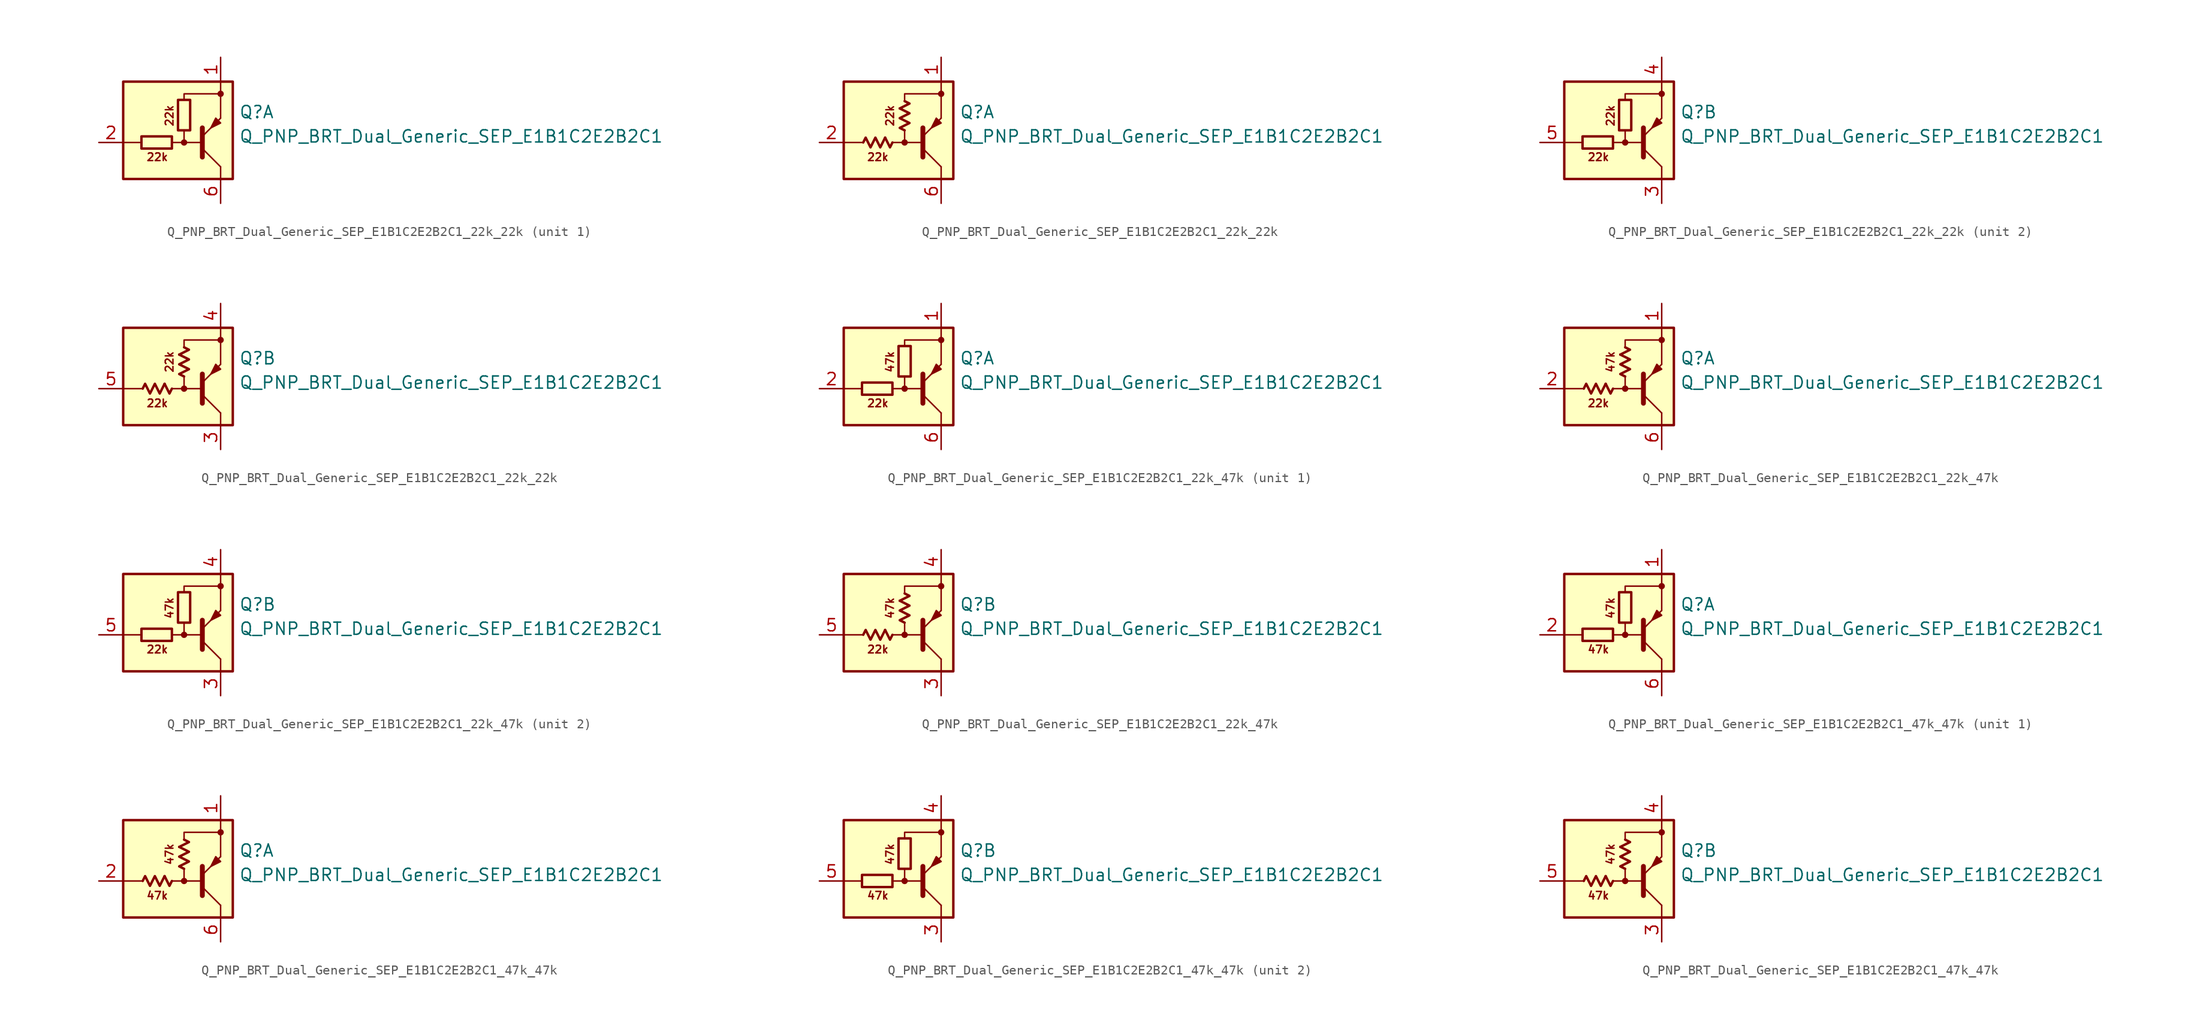
<source format=kicad_sym>
(kicad_symbol_lib
  (version 20220914)
  (generator kicad_symbol_editor)
  (symbol "Q_PNP_BRT_Dual_Generic_SEP_E1B1C2E2B2C1_22k_22k"
    (pin_names
      (offset 1.016) hide)
    (property "Reference" "Q"
      (at 5.715 1.905 0)
      (effects (font (size 1.27 1.27)) (justify left)))
    (property "Value" "Q_PNP_BRT_Dual_Generic_SEP_E1B1C2E2B2C1"
      (at 5.715 -0.635 0)
      (effects (font (size 1.27 1.27)) (justify left)))
    (property "ki_locked" ""
      (at 0 0 0)
      (effects (font (size 1.27 1.27))))
    (symbol "Q_PNP_BRT_Dual_Generic_SEP_E1B1C2E2B2C1_22k_22k_0_2"
      (polyline (pts (xy -2.032 -0.762) (xy -1.524 -1.778) (xy -1.27 -1.27)) (stroke (width 0.254) (type default)) (fill (type none)))
      (polyline (pts (xy -0.508 2.286) (xy 0.508 2.794) (xy 0 3.048)) (stroke (width 0.254) (type default)) (fill (type none)))
      (polyline (pts (xy -4.318 -1.27) (xy -4.064 -0.762) (xy -3.556 -1.778) (xy -3.048 -0.762) (xy -2.54 -1.778) (xy -2.032 -0.762)) (stroke (width 0.254) (type default)) (fill (type none)))
      (polyline (pts (xy 0 0) (xy -0.508 0.254) (xy 0.508 0.762) (xy -0.508 1.27) (xy 0.508 1.778) (xy -0.508 2.286)) (stroke (width 0.254) (type default)) (fill (type none))))
    (symbol "Q_PNP_BRT_Dual_Generic_SEP_E1B1C2E2B2C1_22k_22k_1_0"
      (rectangle (start -6.35 5.08) (end 5.08 -5.08) (stroke (width 0.254) (type default)) (fill (type background)))
      (circle (center 0 -1.27) (radius 0.254) (stroke (width 0) (type default)) (fill (type outline)))
      (polyline (pts (xy -4.445 -1.27) (xy -6.35 -1.27)) (stroke (width 0) (type default)) (fill (type none)))
      (polyline (pts (xy -0.254 -1.27) (xy 1.905 -1.27)) (stroke (width 0) (type default)) (fill (type none)))
      (polyline (pts (xy 1.905 -2.794) (xy 1.905 0.254)) (stroke (width 0.508) (type default)) (fill (type none)))
      (polyline (pts (xy 1.905 -1.905) (xy 3.81 -3.81)) (stroke (width 0) (type default)) (fill (type none)))
      (polyline (pts (xy 3.81 -3.81) (xy 3.81 -5.08)) (stroke (width 0) (type default)) (fill (type none)))
      (polyline (pts (xy 3.81 3.81) (xy 3.81 1.27)) (stroke (width 0) (type default)) (fill (type none)))
      (polyline (pts (xy 3.81 3.81) (xy 3.81 5.08)) (stroke (width 0) (type default)) (fill (type none)))
      (polyline (pts (xy -1.27 -1.27) (xy 0 -1.27) (xy 0 0)) (stroke (width 0) (type default)) (fill (type none)))
      (polyline (pts (xy 0 3.175) (xy 0 3.81) (xy 3.81 3.81)) (stroke (width 0) (type default)) (fill (type none)))
      (polyline (pts (xy 1.905 -0.635) (xy 3.81 1.27) (xy 3.81 1.27)) (stroke (width 0) (type default)) (fill (type none)))
      (polyline (pts (xy 3.81 0.762) (xy 3.302 1.27) (xy 2.794 0.254) (xy 3.81 0.762) (xy 3.81 0.762)) (stroke (width 0) (type default)) (fill (type outline)))
      (circle (center 3.81 3.81) (radius 0.254) (stroke (width 0) (type default)) (fill (type outline)))
      (text "22k" (at -2.794 -2.794 0) (effects (font (size 0.8 0.8))))
      (text "22k" (at -1.524 1.524 900) (effects (font (size 0.8 0.8)))))
    (symbol "Q_PNP_BRT_Dual_Generic_SEP_E1B1C2E2B2C1_22k_22k_1_1"
      (rectangle (start -1.27 -0.635) (end -4.445 -1.905) (stroke (width 0.254) (type default)) (fill (type none)))
      (rectangle (start 0.635 3.175) (end -0.635 0) (stroke (width 0.254) (type default)) (fill (type none)))
      (pin passive line (at 3.81 7.62 270) (length 2.54) (name "E1" (effects (font (size 1.27 1.27)))) (number "1" (effects (font (size 1.27 1.27)))))
      (pin input line (at -8.89 -1.27 0) (length 2.54) (name "B1" (effects (font (size 1.27 1.27)))) (number "2" (effects (font (size 1.27 1.27)))))
      (pin passive line (at 3.81 -7.62 90) (length 2.54) (name "C1" (effects (font (size 1.27 1.27)))) (number "6" (effects (font (size 1.27 1.27))))))
    (symbol "Q_PNP_BRT_Dual_Generic_SEP_E1B1C2E2B2C1_22k_22k_1_2"
      (pin passive line (at 3.81 7.62 270) (length 2.54) (name "E1" (effects (font (size 1.27 1.27)))) (number "1" (effects (font (size 1.27 1.27)))))
      (pin input line (at -8.89 -1.27 0) (length 2.54) (name "B1" (effects (font (size 1.27 1.27)))) (number "2" (effects (font (size 1.27 1.27)))))
      (pin passive line (at 3.81 -7.62 90) (length 2.54) (name "C1" (effects (font (size 1.27 1.27)))) (number "6" (effects (font (size 1.27 1.27))))))
    (symbol "Q_PNP_BRT_Dual_Generic_SEP_E1B1C2E2B2C1_22k_22k_2_0"
      (rectangle (start -6.35 5.08) (end 5.08 -5.08) (stroke (width 0.254) (type default)) (fill (type background)))
      (circle (center 0 -1.27) (radius 0.254) (stroke (width 0) (type default)) (fill (type outline)))
      (polyline (pts (xy -4.445 -1.27) (xy -6.35 -1.27)) (stroke (width 0) (type default)) (fill (type none)))
      (polyline (pts (xy -0.254 -1.27) (xy 1.905 -1.27)) (stroke (width 0) (type default)) (fill (type none)))
      (polyline (pts (xy 1.905 -2.794) (xy 1.905 0.254)) (stroke (width 0.508) (type default)) (fill (type none)))
      (polyline (pts (xy 1.905 -1.905) (xy 3.81 -3.81)) (stroke (width 0) (type default)) (fill (type none)))
      (polyline (pts (xy 3.81 -3.81) (xy 3.81 -5.08)) (stroke (width 0) (type default)) (fill (type none)))
      (polyline (pts (xy 3.81 3.81) (xy 3.81 1.27)) (stroke (width 0) (type default)) (fill (type none)))
      (polyline (pts (xy 3.81 3.81) (xy 3.81 5.08)) (stroke (width 0) (type default)) (fill (type none)))
      (polyline (pts (xy -1.27 -1.27) (xy 0 -1.27) (xy 0 0)) (stroke (width 0) (type default)) (fill (type none)))
      (polyline (pts (xy 0 3.175) (xy 0 3.81) (xy 3.81 3.81)) (stroke (width 0) (type default)) (fill (type none)))
      (polyline (pts (xy 1.905 -0.635) (xy 3.81 1.27) (xy 3.81 1.27)) (stroke (width 0) (type default)) (fill (type none)))
      (polyline (pts (xy 3.81 0.762) (xy 3.302 1.27) (xy 2.794 0.254) (xy 3.81 0.762) (xy 3.81 0.762)) (stroke (width 0) (type default)) (fill (type outline)))
      (circle (center 3.81 3.81) (radius 0.254) (stroke (width 0) (type default)) (fill (type outline)))
      (text "22k" (at -2.794 -2.794 0) (effects (font (size 0.8 0.8))))
      (text "22k" (at -1.524 1.524 900) (effects (font (size 0.8 0.8)))))
    (symbol "Q_PNP_BRT_Dual_Generic_SEP_E1B1C2E2B2C1_22k_22k_2_1"
      (rectangle (start -1.27 -0.635) (end -4.445 -1.905) (stroke (width 0.254) (type default)) (fill (type none)))
      (rectangle (start 0.635 3.175) (end -0.635 0) (stroke (width 0.254) (type default)) (fill (type none)))
      (pin passive line (at 3.81 -7.62 90) (length 2.54) (name "C2" (effects (font (size 1.27 1.27)))) (number "3" (effects (font (size 1.27 1.27)))))
      (pin passive line (at 3.81 7.62 270) (length 2.54) (name "E2" (effects (font (size 1.27 1.27)))) (number "4" (effects (font (size 1.27 1.27)))))
      (pin input line (at -8.89 -1.27 0) (length 2.54) (name "B2" (effects (font (size 1.27 1.27)))) (number "5" (effects (font (size 1.27 1.27))))))
    (symbol "Q_PNP_BRT_Dual_Generic_SEP_E1B1C2E2B2C1_22k_22k_2_2"
      (pin passive line (at 3.81 -7.62 90) (length 2.54) (name "C2" (effects (font (size 1.27 1.27)))) (number "3" (effects (font (size 1.27 1.27)))))
      (pin passive line (at 3.81 7.62 270) (length 2.54) (name "E2" (effects (font (size 1.27 1.27)))) (number "4" (effects (font (size 1.27 1.27)))))
      (pin input line (at -8.89 -1.27 0) (length 2.54) (name "B2" (effects (font (size 1.27 1.27)))) (number "5" (effects (font (size 1.27 1.27)))))))
  (symbol "Q_PNP_BRT_Dual_Generic_SEP_E1B1C2E2B2C1_22k_47k"
    (pin_names
      (offset 1.016) hide)
    (property "Reference" "Q"
      (at 5.715 1.905 0)
      (effects (font (size 1.27 1.27)) (justify left)))
    (property "Value" "Q_PNP_BRT_Dual_Generic_SEP_E1B1C2E2B2C1"
      (at 5.715 -0.635 0)
      (effects (font (size 1.27 1.27)) (justify left)))
    (property "ki_locked" ""
      (at 0 0 0)
      (effects (font (size 1.27 1.27))))
    (symbol "Q_PNP_BRT_Dual_Generic_SEP_E1B1C2E2B2C1_22k_47k_0_2"
      (polyline (pts (xy -2.032 -0.762) (xy -1.524 -1.778) (xy -1.27 -1.27)) (stroke (width 0.254) (type default)) (fill (type none)))
      (polyline (pts (xy -0.508 2.286) (xy 0.508 2.794) (xy 0 3.048)) (stroke (width 0.254) (type default)) (fill (type none)))
      (polyline (pts (xy -4.318 -1.27) (xy -4.064 -0.762) (xy -3.556 -1.778) (xy -3.048 -0.762) (xy -2.54 -1.778) (xy -2.032 -0.762)) (stroke (width 0.254) (type default)) (fill (type none)))
      (polyline (pts (xy 0 0) (xy -0.508 0.254) (xy 0.508 0.762) (xy -0.508 1.27) (xy 0.508 1.778) (xy -0.508 2.286)) (stroke (width 0.254) (type default)) (fill (type none))))
    (symbol "Q_PNP_BRT_Dual_Generic_SEP_E1B1C2E2B2C1_22k_47k_1_0"
      (rectangle (start -6.35 5.08) (end 5.08 -5.08) (stroke (width 0.254) (type default)) (fill (type background)))
      (circle (center 0 -1.27) (radius 0.254) (stroke (width 0) (type default)) (fill (type outline)))
      (polyline (pts (xy -4.445 -1.27) (xy -6.35 -1.27)) (stroke (width 0) (type default)) (fill (type none)))
      (polyline (pts (xy -0.254 -1.27) (xy 1.905 -1.27)) (stroke (width 0) (type default)) (fill (type none)))
      (polyline (pts (xy 1.905 -2.794) (xy 1.905 0.254)) (stroke (width 0.508) (type default)) (fill (type none)))
      (polyline (pts (xy 1.905 -1.905) (xy 3.81 -3.81)) (stroke (width 0) (type default)) (fill (type none)))
      (polyline (pts (xy 3.81 -3.81) (xy 3.81 -5.08)) (stroke (width 0) (type default)) (fill (type none)))
      (polyline (pts (xy 3.81 3.81) (xy 3.81 1.27)) (stroke (width 0) (type default)) (fill (type none)))
      (polyline (pts (xy 3.81 3.81) (xy 3.81 5.08)) (stroke (width 0) (type default)) (fill (type none)))
      (polyline (pts (xy -1.27 -1.27) (xy 0 -1.27) (xy 0 0)) (stroke (width 0) (type default)) (fill (type none)))
      (polyline (pts (xy 0 3.175) (xy 0 3.81) (xy 3.81 3.81)) (stroke (width 0) (type default)) (fill (type none)))
      (polyline (pts (xy 1.905 -0.635) (xy 3.81 1.27) (xy 3.81 1.27)) (stroke (width 0) (type default)) (fill (type none)))
      (polyline (pts (xy 3.81 0.762) (xy 3.302 1.27) (xy 2.794 0.254) (xy 3.81 0.762) (xy 3.81 0.762)) (stroke (width 0) (type default)) (fill (type outline)))
      (circle (center 3.81 3.81) (radius 0.254) (stroke (width 0) (type default)) (fill (type outline)))
      (text "22k" (at -2.794 -2.794 0) (effects (font (size 0.8 0.8))))
      (text "47k" (at -1.524 1.524 900) (effects (font (size 0.8 0.8)))))
    (symbol "Q_PNP_BRT_Dual_Generic_SEP_E1B1C2E2B2C1_22k_47k_1_1"
      (rectangle (start -1.27 -0.635) (end -4.445 -1.905) (stroke (width 0.254) (type default)) (fill (type none)))
      (rectangle (start 0.635 3.175) (end -0.635 0) (stroke (width 0.254) (type default)) (fill (type none)))
      (pin passive line (at 3.81 7.62 270) (length 2.54) (name "E1" (effects (font (size 1.27 1.27)))) (number "1" (effects (font (size 1.27 1.27)))))
      (pin input line (at -8.89 -1.27 0) (length 2.54) (name "B1" (effects (font (size 1.27 1.27)))) (number "2" (effects (font (size 1.27 1.27)))))
      (pin passive line (at 3.81 -7.62 90) (length 2.54) (name "C1" (effects (font (size 1.27 1.27)))) (number "6" (effects (font (size 1.27 1.27))))))
    (symbol "Q_PNP_BRT_Dual_Generic_SEP_E1B1C2E2B2C1_22k_47k_1_2"
      (pin passive line (at 3.81 7.62 270) (length 2.54) (name "E1" (effects (font (size 1.27 1.27)))) (number "1" (effects (font (size 1.27 1.27)))))
      (pin input line (at -8.89 -1.27 0) (length 2.54) (name "B1" (effects (font (size 1.27 1.27)))) (number "2" (effects (font (size 1.27 1.27)))))
      (pin passive line (at 3.81 -7.62 90) (length 2.54) (name "C1" (effects (font (size 1.27 1.27)))) (number "6" (effects (font (size 1.27 1.27))))))
    (symbol "Q_PNP_BRT_Dual_Generic_SEP_E1B1C2E2B2C1_22k_47k_2_0"
      (rectangle (start -6.35 5.08) (end 5.08 -5.08) (stroke (width 0.254) (type default)) (fill (type background)))
      (circle (center 0 -1.27) (radius 0.254) (stroke (width 0) (type default)) (fill (type outline)))
      (polyline (pts (xy -4.445 -1.27) (xy -6.35 -1.27)) (stroke (width 0) (type default)) (fill (type none)))
      (polyline (pts (xy -0.254 -1.27) (xy 1.905 -1.27)) (stroke (width 0) (type default)) (fill (type none)))
      (polyline (pts (xy 1.905 -2.794) (xy 1.905 0.254)) (stroke (width 0.508) (type default)) (fill (type none)))
      (polyline (pts (xy 1.905 -1.905) (xy 3.81 -3.81)) (stroke (width 0) (type default)) (fill (type none)))
      (polyline (pts (xy 3.81 -3.81) (xy 3.81 -5.08)) (stroke (width 0) (type default)) (fill (type none)))
      (polyline (pts (xy 3.81 3.81) (xy 3.81 1.27)) (stroke (width 0) (type default)) (fill (type none)))
      (polyline (pts (xy 3.81 3.81) (xy 3.81 5.08)) (stroke (width 0) (type default)) (fill (type none)))
      (polyline (pts (xy -1.27 -1.27) (xy 0 -1.27) (xy 0 0)) (stroke (width 0) (type default)) (fill (type none)))
      (polyline (pts (xy 0 3.175) (xy 0 3.81) (xy 3.81 3.81)) (stroke (width 0) (type default)) (fill (type none)))
      (polyline (pts (xy 1.905 -0.635) (xy 3.81 1.27) (xy 3.81 1.27)) (stroke (width 0) (type default)) (fill (type none)))
      (polyline (pts (xy 3.81 0.762) (xy 3.302 1.27) (xy 2.794 0.254) (xy 3.81 0.762) (xy 3.81 0.762)) (stroke (width 0) (type default)) (fill (type outline)))
      (circle (center 3.81 3.81) (radius 0.254) (stroke (width 0) (type default)) (fill (type outline)))
      (text "22k" (at -2.794 -2.794 0) (effects (font (size 0.8 0.8))))
      (text "47k" (at -1.524 1.524 900) (effects (font (size 0.8 0.8)))))
    (symbol "Q_PNP_BRT_Dual_Generic_SEP_E1B1C2E2B2C1_22k_47k_2_1"
      (rectangle (start -1.27 -0.635) (end -4.445 -1.905) (stroke (width 0.254) (type default)) (fill (type none)))
      (rectangle (start 0.635 3.175) (end -0.635 0) (stroke (width 0.254) (type default)) (fill (type none)))
      (pin passive line (at 3.81 -7.62 90) (length 2.54) (name "C2" (effects (font (size 1.27 1.27)))) (number "3" (effects (font (size 1.27 1.27)))))
      (pin passive line (at 3.81 7.62 270) (length 2.54) (name "E2" (effects (font (size 1.27 1.27)))) (number "4" (effects (font (size 1.27 1.27)))))
      (pin input line (at -8.89 -1.27 0) (length 2.54) (name "B2" (effects (font (size 1.27 1.27)))) (number "5" (effects (font (size 1.27 1.27))))))
    (symbol "Q_PNP_BRT_Dual_Generic_SEP_E1B1C2E2B2C1_22k_47k_2_2"
      (pin passive line (at 3.81 -7.62 90) (length 2.54) (name "C2" (effects (font (size 1.27 1.27)))) (number "3" (effects (font (size 1.27 1.27)))))
      (pin passive line (at 3.81 7.62 270) (length 2.54) (name "E2" (effects (font (size 1.27 1.27)))) (number "4" (effects (font (size 1.27 1.27)))))
      (pin input line (at -8.89 -1.27 0) (length 2.54) (name "B2" (effects (font (size 1.27 1.27)))) (number "5" (effects (font (size 1.27 1.27)))))))
  (symbol "Q_PNP_BRT_Dual_Generic_SEP_E1B1C2E2B2C1_47k_47k"
    (pin_names
      (offset 1.016) hide)
    (property "Reference" "Q"
      (at 5.715 1.905 0)
      (effects (font (size 1.27 1.27)) (justify left)))
    (property "Value" "Q_PNP_BRT_Dual_Generic_SEP_E1B1C2E2B2C1"
      (at 5.715 -0.635 0)
      (effects (font (size 1.27 1.27)) (justify left)))
    (property "ki_locked" ""
      (at 0 0 0)
      (effects (font (size 1.27 1.27))))
    (symbol "Q_PNP_BRT_Dual_Generic_SEP_E1B1C2E2B2C1_47k_47k_0_2"
      (polyline (pts (xy -2.032 -0.762) (xy -1.524 -1.778) (xy -1.27 -1.27)) (stroke (width 0.254) (type default)) (fill (type none)))
      (polyline (pts (xy -0.508 2.286) (xy 0.508 2.794) (xy 0 3.048)) (stroke (width 0.254) (type default)) (fill (type none)))
      (polyline (pts (xy -4.318 -1.27) (xy -4.064 -0.762) (xy -3.556 -1.778) (xy -3.048 -0.762) (xy -2.54 -1.778) (xy -2.032 -0.762)) (stroke (width 0.254) (type default)) (fill (type none)))
      (polyline (pts (xy 0 0) (xy -0.508 0.254) (xy 0.508 0.762) (xy -0.508 1.27) (xy 0.508 1.778) (xy -0.508 2.286)) (stroke (width 0.254) (type default)) (fill (type none))))
    (symbol "Q_PNP_BRT_Dual_Generic_SEP_E1B1C2E2B2C1_47k_47k_1_0"
      (rectangle (start -6.35 5.08) (end 5.08 -5.08) (stroke (width 0.254) (type default)) (fill (type background)))
      (circle (center 0 -1.27) (radius 0.254) (stroke (width 0) (type default)) (fill (type outline)))
      (polyline (pts (xy -4.445 -1.27) (xy -6.35 -1.27)) (stroke (width 0) (type default)) (fill (type none)))
      (polyline (pts (xy -0.254 -1.27) (xy 1.905 -1.27)) (stroke (width 0) (type default)) (fill (type none)))
      (polyline (pts (xy 1.905 -2.794) (xy 1.905 0.254)) (stroke (width 0.508) (type default)) (fill (type none)))
      (polyline (pts (xy 1.905 -1.905) (xy 3.81 -3.81)) (stroke (width 0) (type default)) (fill (type none)))
      (polyline (pts (xy 3.81 -3.81) (xy 3.81 -5.08)) (stroke (width 0) (type default)) (fill (type none)))
      (polyline (pts (xy 3.81 3.81) (xy 3.81 1.27)) (stroke (width 0) (type default)) (fill (type none)))
      (polyline (pts (xy 3.81 3.81) (xy 3.81 5.08)) (stroke (width 0) (type default)) (fill (type none)))
      (polyline (pts (xy -1.27 -1.27) (xy 0 -1.27) (xy 0 0)) (stroke (width 0) (type default)) (fill (type none)))
      (polyline (pts (xy 0 3.175) (xy 0 3.81) (xy 3.81 3.81)) (stroke (width 0) (type default)) (fill (type none)))
      (polyline (pts (xy 1.905 -0.635) (xy 3.81 1.27) (xy 3.81 1.27)) (stroke (width 0) (type default)) (fill (type none)))
      (polyline (pts (xy 3.81 0.762) (xy 3.302 1.27) (xy 2.794 0.254) (xy 3.81 0.762) (xy 3.81 0.762)) (stroke (width 0) (type default)) (fill (type outline)))
      (circle (center 3.81 3.81) (radius 0.254) (stroke (width 0) (type default)) (fill (type outline)))
      (text "47k" (at -2.794 -2.794 0) (effects (font (size 0.8 0.8))))
      (text "47k" (at -1.524 1.524 900) (effects (font (size 0.8 0.8)))))
    (symbol "Q_PNP_BRT_Dual_Generic_SEP_E1B1C2E2B2C1_47k_47k_1_1"
      (rectangle (start -1.27 -0.635) (end -4.445 -1.905) (stroke (width 0.254) (type default)) (fill (type none)))
      (rectangle (start 0.635 3.175) (end -0.635 0) (stroke (width 0.254) (type default)) (fill (type none)))
      (pin passive line (at 3.81 7.62 270) (length 2.54) (name "E1" (effects (font (size 1.27 1.27)))) (number "1" (effects (font (size 1.27 1.27)))))
      (pin input line (at -8.89 -1.27 0) (length 2.54) (name "B1" (effects (font (size 1.27 1.27)))) (number "2" (effects (font (size 1.27 1.27)))))
      (pin passive line (at 3.81 -7.62 90) (length 2.54) (name "C1" (effects (font (size 1.27 1.27)))) (number "6" (effects (font (size 1.27 1.27))))))
    (symbol "Q_PNP_BRT_Dual_Generic_SEP_E1B1C2E2B2C1_47k_47k_1_2"
      (pin passive line (at 3.81 7.62 270) (length 2.54) (name "E1" (effects (font (size 1.27 1.27)))) (number "1" (effects (font (size 1.27 1.27)))))
      (pin input line (at -8.89 -1.27 0) (length 2.54) (name "B1" (effects (font (size 1.27 1.27)))) (number "2" (effects (font (size 1.27 1.27)))))
      (pin passive line (at 3.81 -7.62 90) (length 2.54) (name "C1" (effects (font (size 1.27 1.27)))) (number "6" (effects (font (size 1.27 1.27))))))
    (symbol "Q_PNP_BRT_Dual_Generic_SEP_E1B1C2E2B2C1_47k_47k_2_0"
      (rectangle (start -6.35 5.08) (end 5.08 -5.08) (stroke (width 0.254) (type default)) (fill (type background)))
      (circle (center 0 -1.27) (radius 0.254) (stroke (width 0) (type default)) (fill (type outline)))
      (polyline (pts (xy -4.445 -1.27) (xy -6.35 -1.27)) (stroke (width 0) (type default)) (fill (type none)))
      (polyline (pts (xy -0.254 -1.27) (xy 1.905 -1.27)) (stroke (width 0) (type default)) (fill (type none)))
      (polyline (pts (xy 1.905 -2.794) (xy 1.905 0.254)) (stroke (width 0.508) (type default)) (fill (type none)))
      (polyline (pts (xy 1.905 -1.905) (xy 3.81 -3.81)) (stroke (width 0) (type default)) (fill (type none)))
      (polyline (pts (xy 3.81 -3.81) (xy 3.81 -5.08)) (stroke (width 0) (type default)) (fill (type none)))
      (polyline (pts (xy 3.81 3.81) (xy 3.81 1.27)) (stroke (width 0) (type default)) (fill (type none)))
      (polyline (pts (xy 3.81 3.81) (xy 3.81 5.08)) (stroke (width 0) (type default)) (fill (type none)))
      (polyline (pts (xy -1.27 -1.27) (xy 0 -1.27) (xy 0 0)) (stroke (width 0) (type default)) (fill (type none)))
      (polyline (pts (xy 0 3.175) (xy 0 3.81) (xy 3.81 3.81)) (stroke (width 0) (type default)) (fill (type none)))
      (polyline (pts (xy 1.905 -0.635) (xy 3.81 1.27) (xy 3.81 1.27)) (stroke (width 0) (type default)) (fill (type none)))
      (polyline (pts (xy 3.81 0.762) (xy 3.302 1.27) (xy 2.794 0.254) (xy 3.81 0.762) (xy 3.81 0.762)) (stroke (width 0) (type default)) (fill (type outline)))
      (circle (center 3.81 3.81) (radius 0.254) (stroke (width 0) (type default)) (fill (type outline)))
      (text "47k" (at -2.794 -2.794 0) (effects (font (size 0.8 0.8))))
      (text "47k" (at -1.524 1.524 900) (effects (font (size 0.8 0.8)))))
    (symbol "Q_PNP_BRT_Dual_Generic_SEP_E1B1C2E2B2C1_47k_47k_2_1"
      (rectangle (start -4.445 -0.635) (end -1.27 -1.905) (stroke (width 0.254) (type default)) (fill (type none)))
      (rectangle (start 0.635 3.175) (end -0.635 0) (stroke (width 0.254) (type default)) (fill (type none)))
      (pin passive line (at 3.81 -7.62 90) (length 2.54) (name "C2" (effects (font (size 1.27 1.27)))) (number "3" (effects (font (size 1.27 1.27)))))
      (pin passive line (at 3.81 7.62 270) (length 2.54) (name "E2" (effects (font (size 1.27 1.27)))) (number "4" (effects (font (size 1.27 1.27)))))
      (pin input line (at -8.89 -1.27 0) (length 2.54) (name "B2" (effects (font (size 1.27 1.27)))) (number "5" (effects (font (size 1.27 1.27))))))
    (symbol "Q_PNP_BRT_Dual_Generic_SEP_E1B1C2E2B2C1_47k_47k_2_2"
      (pin passive line (at 3.81 -7.62 90) (length 2.54) (name "C2" (effects (font (size 1.27 1.27)))) (number "3" (effects (font (size 1.27 1.27)))))
      (pin passive line (at 3.81 7.62 270) (length 2.54) (name "E2" (effects (font (size 1.27 1.27)))) (number "4" (effects (font (size 1.27 1.27)))))
      (pin input line (at -8.89 -1.27 0) (length 2.54) (name "B2" (effects (font (size 1.27 1.27)))) (number "5" (effects (font (size 1.27 1.27))))))))
</source>
